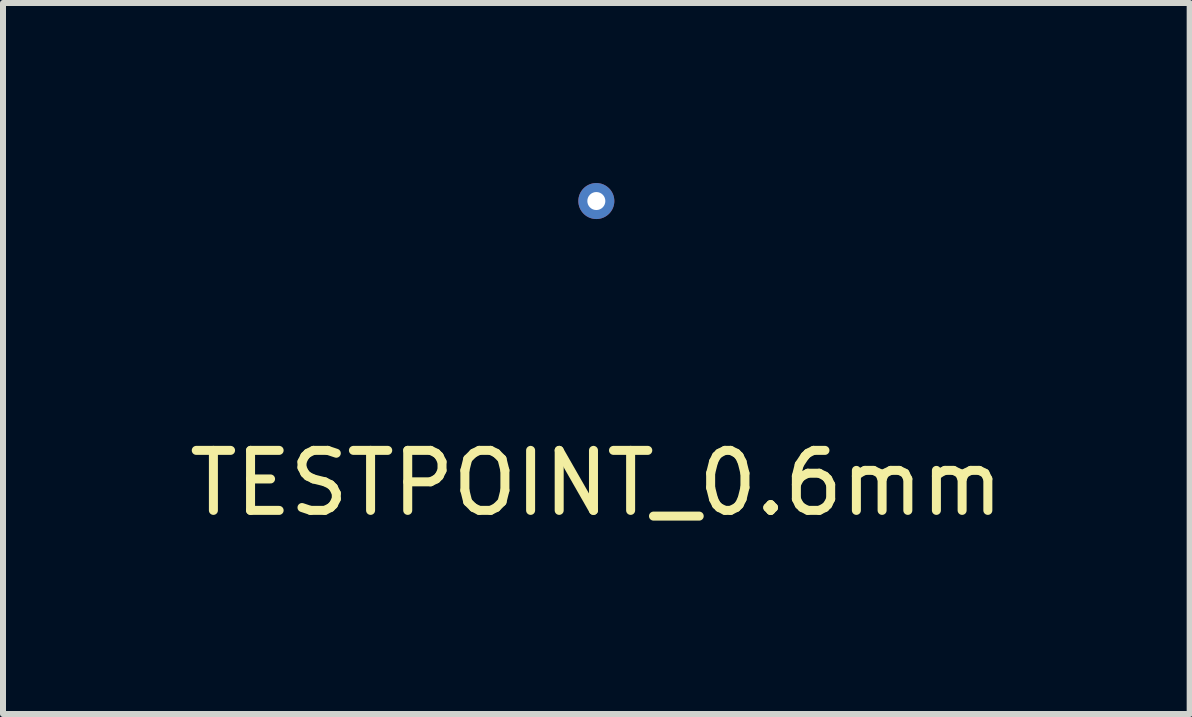
<source format=kicad_pcb>
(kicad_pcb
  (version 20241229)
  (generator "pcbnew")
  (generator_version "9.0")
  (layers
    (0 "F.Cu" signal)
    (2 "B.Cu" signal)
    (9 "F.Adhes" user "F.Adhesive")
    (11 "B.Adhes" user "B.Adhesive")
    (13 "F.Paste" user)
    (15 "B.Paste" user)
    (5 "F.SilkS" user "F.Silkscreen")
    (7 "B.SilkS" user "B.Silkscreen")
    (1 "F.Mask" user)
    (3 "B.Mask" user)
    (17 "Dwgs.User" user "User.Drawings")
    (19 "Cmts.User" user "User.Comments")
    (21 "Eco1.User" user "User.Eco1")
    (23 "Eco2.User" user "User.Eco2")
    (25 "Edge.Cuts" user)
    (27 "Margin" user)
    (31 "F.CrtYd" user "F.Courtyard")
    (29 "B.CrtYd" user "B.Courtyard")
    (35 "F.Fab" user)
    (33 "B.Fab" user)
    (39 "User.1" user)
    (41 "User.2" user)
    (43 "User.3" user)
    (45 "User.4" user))
  (footprint "TESTPOINT_0.6mm"
    (layer "F.Cu")
    (at 6.887 0.3)
    (property "Reference" "TESTPOINT_0.6mm" (at 0 4.7 0) (layer "F.SilkS") (effects (font (size 1 1) (thickness 0.15))))
    (attr through_hole)
    (pad "1" thru_hole circle (at 0 0) (size 0.6 0.6) (drill 0.3) (layers "*.Cu" "*.Mask")))
  (gr_rect
    (start -3 -3)
    (end 16.774 8.848)
    (stroke (width 0.1) (type default))
    (fill no)
    (layer "Edge.Cuts")))
</source>
